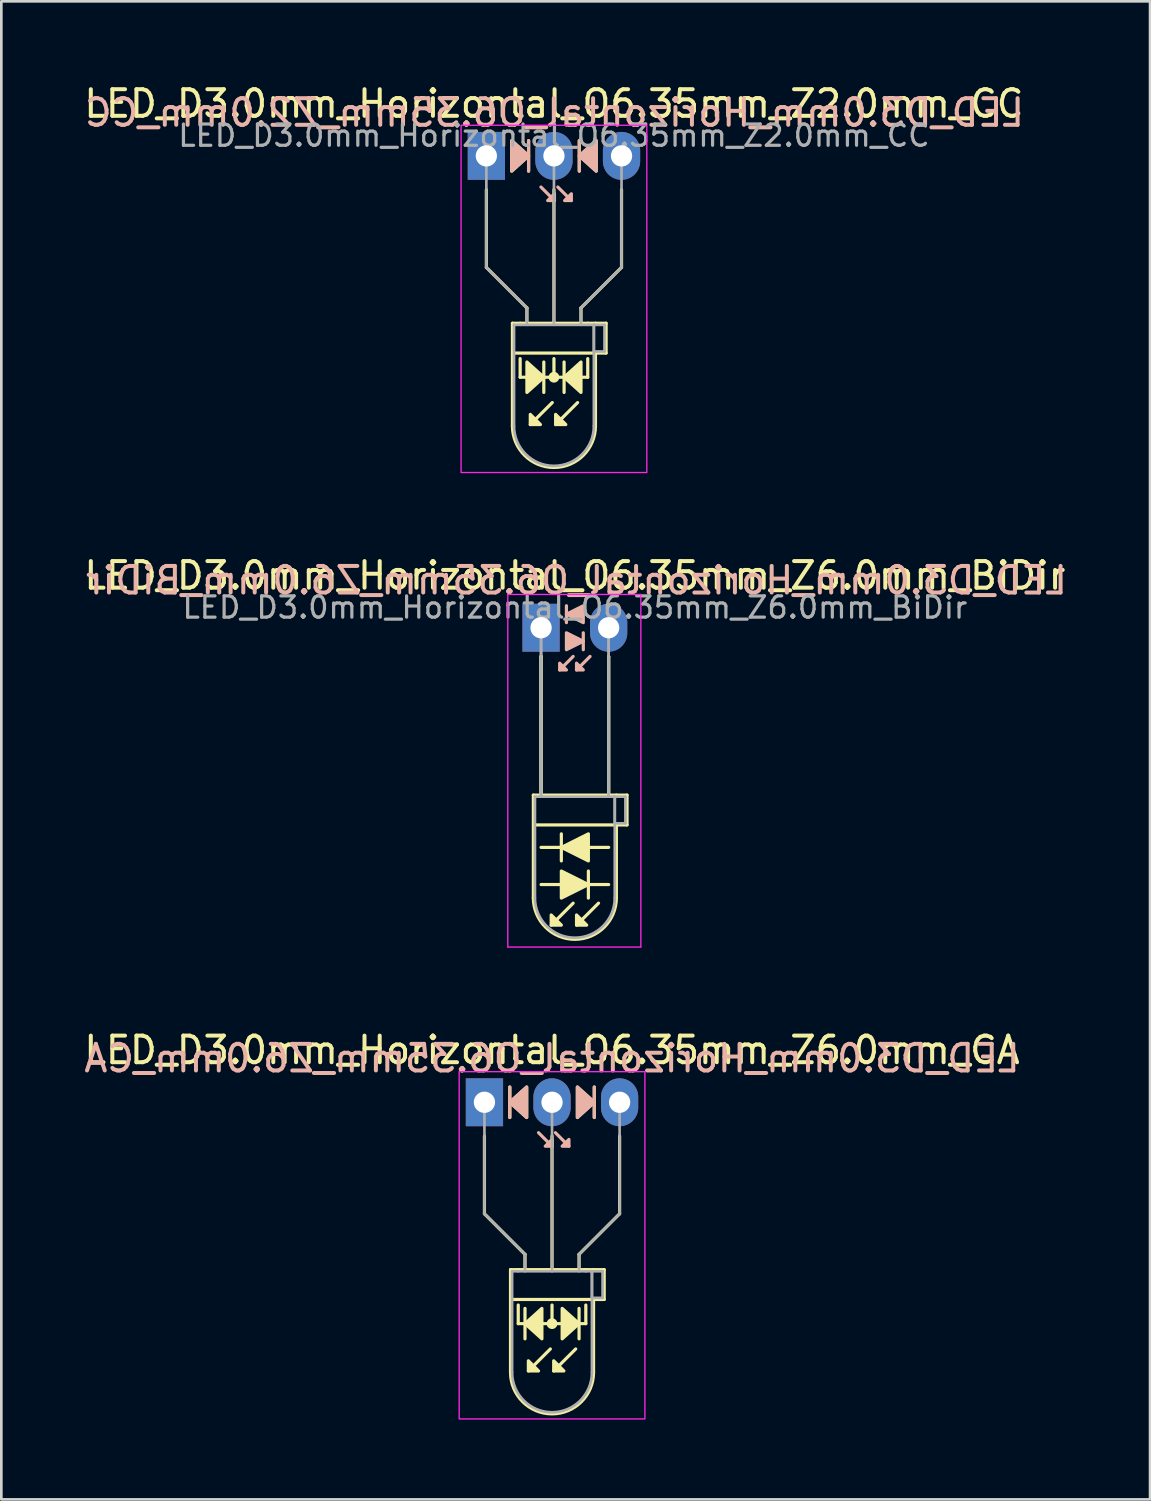
<source format=kicad_pcb>
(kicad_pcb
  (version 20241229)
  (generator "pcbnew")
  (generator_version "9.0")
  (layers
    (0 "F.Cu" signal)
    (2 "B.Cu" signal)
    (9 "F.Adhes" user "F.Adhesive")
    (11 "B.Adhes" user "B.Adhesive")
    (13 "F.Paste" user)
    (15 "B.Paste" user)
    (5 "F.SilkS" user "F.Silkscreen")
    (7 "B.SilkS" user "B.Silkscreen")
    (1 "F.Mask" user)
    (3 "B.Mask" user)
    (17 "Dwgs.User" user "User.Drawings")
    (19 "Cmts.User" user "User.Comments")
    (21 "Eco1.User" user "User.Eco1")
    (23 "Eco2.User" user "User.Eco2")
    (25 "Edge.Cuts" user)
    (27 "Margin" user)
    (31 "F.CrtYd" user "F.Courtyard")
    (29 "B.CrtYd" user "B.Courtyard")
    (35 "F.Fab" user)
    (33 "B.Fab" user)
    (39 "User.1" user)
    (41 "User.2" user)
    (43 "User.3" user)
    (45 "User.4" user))
  (footprint "LED_D3.0mm_Horizontal_O6.35mm_Z6.0mm_CA"
    (layer "F.Cu")
    (at 15.156 38.375)
    (property "Reference" "LED_D3.0mm_Horizontal_O6.35mm_Z6.0mm_CA" (at 2.54 -1.96 0) (layer "F.SilkS") (effects (font (size 1 1) (thickness 0.15))))
    (fp_line (start 0 1.27) (end 0 4.191) (stroke (width 0.12) (type default)) (layer "F.SilkS"))
    (fp_line (start 0 4.191) (end 1.524 5.715) (stroke (width 0.12) (type default)) (layer "F.SilkS"))
    (fp_line (start 0.953 -0.572) (end 0.953 0.572) (stroke (width 0.12) (type solid)) (layer "F.SilkS"))
    (fp_line (start 0.98 6.29) (end 0.98 10.15) (stroke (width 0.12) (type solid)) (layer "F.SilkS"))
    (fp_line (start 0.98 6.29) (end 4.1 6.29) (stroke (width 0.12) (type solid)) (layer "F.SilkS"))
    (fp_line (start 1.27 6.29) (end 1.27 6.29) (stroke (width 0.12) (type solid)) (layer "F.SilkS"))
    (fp_line (start 1.27 8.319) (end 1.27 7.62) (stroke (width 0.12) (type default)) (layer "F.SilkS"))
    (fp_line (start 1.524 5.715) (end 1.524 6.223) (stroke (width 0.12) (type default)) (layer "F.SilkS"))
    (fp_line (start 1.524 7.747) (end 1.524 8.89) (stroke (width 0.12) (type solid)) (layer "F.SilkS"))
    (fp_line (start 2.477 9.271) (end 1.651 10.097) (stroke (width 0.12) (type solid)) (layer "F.SilkS"))
    (fp_line (start 2.54 6.29) (end 2.54 1.27) (stroke (width 0.12) (type default)) (layer "F.SilkS"))
    (fp_line (start 2.54 8.319) (end 2.54 7.62) (stroke (width 0.12) (type default)) (layer "F.SilkS"))
    (fp_line (start 3.429 9.271) (end 2.603 10.097) (stroke (width 0.12) (type solid)) (layer "F.SilkS"))
    (fp_line (start 3.556 5.715) (end 3.556 6.223) (stroke (width 0.12) (type default)) (layer "F.SilkS"))
    (fp_line (start 3.556 8.89) (end 3.556 7.747) (stroke (width 0.12) (type solid)) (layer "F.SilkS"))
    (fp_line (start 3.81 6.29) (end 3.81 6.29) (stroke (width 0.12) (type solid)) (layer "F.SilkS"))
    (fp_line (start 3.81 8.319) (end 1.27 8.319) (stroke (width 0.12) (type default)) (layer "F.SilkS"))
    (fp_line (start 3.81 8.319) (end 3.81 7.62) (stroke (width 0.12) (type default)) (layer "F.SilkS"))
    (fp_line (start 4.1 6.29) (end 4.5 6.29) (stroke (width 0.12) (type solid)) (layer "F.SilkS"))
    (fp_line (start 4.1 7.41) (end 4.1 10.15) (stroke (width 0.12) (type solid)) (layer "F.SilkS"))
    (fp_line (start 4.128 0.572) (end 4.128 -0.572) (stroke (width 0.12) (type solid)) (layer "F.SilkS"))
    (fp_line (start 4.5 6.29) (end 4.5 7.41) (stroke (width 0.12) (type solid)) (layer "F.SilkS"))
    (fp_line (start 4.5 7.41) (end 1.016 7.41) (stroke (width 0.12) (type solid)) (layer "F.SilkS"))
    (fp_line (start 5.08 1.27) (end 5.08 4.191) (stroke (width 0.12) (type default)) (layer "F.SilkS"))
    (fp_line (start 5.08 4.191) (end 3.556 5.715) (stroke (width 0.12) (type default)) (layer "F.SilkS"))
    (fp_arc (start 4.1 10.15) (mid 2.54 11.71) (end 0.98 10.15) (stroke (width 0.12) (type solid)) (layer "F.SilkS"))
    (fp_circle (center 2.54 8.319) (end 2.682 8.319) (stroke (width 0.12) (type solid)) (fill yes) (layer "F.SilkS"))
    (fp_poly (pts (xy 1.587 0.572) (xy 0.953 0) (xy 1.587 -0.572)) (stroke (width 0.12) (type solid)) (fill yes) (layer "F.SilkS"))
    (fp_poly (pts (xy 1.651 9.716) (xy 2.032 10.097) (xy 1.651 10.097)) (stroke (width 0.12) (type solid)) (fill yes) (layer "F.SilkS"))
    (fp_poly (pts (xy 2.159 8.89) (xy 1.524 8.319) (xy 2.159 7.747)) (stroke (width 0.12) (type solid)) (fill yes) (layer "F.SilkS"))
    (fp_poly (pts (xy 2.603 9.716) (xy 2.985 10.097) (xy 2.603 10.097)) (stroke (width 0.12) (type solid)) (fill yes) (layer "F.SilkS"))
    (fp_poly (pts (xy 2.921 7.747) (xy 3.556 8.319) (xy 2.921 8.89)) (stroke (width 0.12) (type solid)) (fill yes) (layer "F.SilkS"))
    (fp_poly (pts (xy 3.493 -0.572) (xy 4.128 0) (xy 3.493 0.572)) (stroke (width 0.12) (type solid)) (fill yes) (layer "F.SilkS"))
    (fp_line (start 0.953 -0.572) (end 0.953 0.572) (stroke (width 0.12) (type solid)) (layer "B.SilkS"))
    (fp_line (start 2.54 1.651) (end 2.032 1.143) (stroke (width 0.12) (type solid)) (layer "B.SilkS"))
    (fp_line (start 3.175 1.651) (end 2.667 1.143) (stroke (width 0.12) (type solid)) (layer "B.SilkS"))
    (fp_line (start 4.128 0.572) (end 4.128 -0.572) (stroke (width 0.12) (type solid)) (layer "B.SilkS"))
    (fp_poly (pts (xy 1.587 0.572) (xy 0.953 0) (xy 1.587 -0.572)) (stroke (width 0.12) (type solid)) (fill yes) (layer "B.SilkS"))
    (fp_poly (pts (xy 2.54 1.397) (xy 2.286 1.651) (xy 2.54 1.651)) (stroke (width 0.12) (type solid)) (fill yes) (layer "B.SilkS"))
    (fp_poly (pts (xy 3.175 1.397) (xy 2.921 1.651) (xy 3.175 1.651)) (stroke (width 0.12) (type solid)) (fill yes) (layer "B.SilkS"))
    (fp_poly (pts (xy 3.493 0.572) (xy 4.128 0) (xy 3.493 -0.572)) (stroke (width 0.12) (type solid)) (fill yes) (layer "B.SilkS"))
    (fp_rect (start -0.95 -1.15) (end 6.03 11.9) (stroke (width 0.05) (type default)) (fill no) (layer "F.CrtYd"))
    (fp_line (start 0 0) (end 0 0) (stroke (width 0.1) (type solid)) (layer "F.Fab"))
    (fp_line (start 0 4.191) (end 0 0) (stroke (width 0.1) (type default)) (layer "F.Fab"))
    (fp_line (start 1.04 6.35) (end 1.04 10.15) (stroke (width 0.1) (type solid)) (layer "F.Fab"))
    (fp_line (start 1.04 6.35) (end 4.04 6.35) (stroke (width 0.1) (type solid)) (layer "F.Fab"))
    (fp_line (start 1.27 6.35) (end 1.27 6.35) (stroke (width 0.1) (type solid)) (layer "F.Fab"))
    (fp_line (start 1.524 5.715) (end 0 4.191) (stroke (width 0.1) (type default)) (layer "F.Fab"))
    (fp_line (start 1.524 6.35) (end 1.524 5.715) (stroke (width 0.1) (type default)) (layer "F.Fab"))
    (fp_line (start 2.54 0) (end 2.54 0) (stroke (width 0.1) (type solid)) (layer "F.Fab"))
    (fp_line (start 2.54 0) (end 2.54 6.35) (stroke (width 0.1) (type default)) (layer "F.Fab"))
    (fp_line (start 3.556 5.715) (end 5.08 4.191) (stroke (width 0.1) (type default)) (layer "F.Fab"))
    (fp_line (start 3.556 6.35) (end 3.556 5.715) (stroke (width 0.1) (type default)) (layer "F.Fab"))
    (fp_line (start 3.81 6.35) (end 3.81 6.35) (stroke (width 0.1) (type solid)) (layer "F.Fab"))
    (fp_line (start 4.04 6.35) (end 4.04 10.15) (stroke (width 0.1) (type solid)) (layer "F.Fab"))
    (fp_line (start 4.04 6.35) (end 4.44 6.35) (stroke (width 0.1) (type solid)) (layer "F.Fab"))
    (fp_line (start 4.04 7.35) (end 4.04 6.35) (stroke (width 0.1) (type solid)) (layer "F.Fab"))
    (fp_line (start 4.44 6.35) (end 4.44 7.35) (stroke (width 0.1) (type solid)) (layer "F.Fab"))
    (fp_line (start 4.44 7.35) (end 4.04 7.35) (stroke (width 0.1) (type solid)) (layer "F.Fab"))
    (fp_line (start 5.08 4.191) (end 5.08 0) (stroke (width 0.1) (type default)) (layer "F.Fab"))
    (fp_arc (start 4.04 10.15) (mid 2.54 11.65) (end 1.04 10.15) (stroke (width 0.1) (type solid)) (layer "F.Fab"))
    (fp_text user "${REFERENCE}" (at 2.54 -1.651 0) (layer "B.SilkS") (effects (font (size 1 1) (thickness 0.15)) (justify mirror)))
    (pad "1" thru_hole rect (at 0 0) (size 1.4 1.8) (drill 0.8) (layers "*.Cu" "*.Mask"))
    (pad "2" thru_hole oval (at 2.54 0) (size 1.4 1.8) (drill 0.8) (layers "*.Cu" "*.Mask"))
    (pad "3" thru_hole oval (at 5.08 0) (size 1.4 1.8) (drill 0.8) (layers "*.Cu" "*.Mask")))
  (footprint "LED_D3.0mm_Horizontal_O6.35mm_Z2.0mm_CC"
    (layer "F.Cu")
    (at 15.228 2.808)
    (property "Reference" "LED_D3.0mm_Horizontal_O6.35mm_Z2.0mm_CC" (at 2.54 -1.96 0) (layer "F.SilkS") (effects (font (size 1 1) (thickness 0.15))))
    (fp_line (start 0 1.27) (end 0 4.191) (stroke (width 0.12) (type default)) (layer "F.SilkS"))
    (fp_line (start 0 4.191) (end 1.524 5.715) (stroke (width 0.12) (type default)) (layer "F.SilkS"))
    (fp_line (start 0.98 6.29) (end 0.98 10.15) (stroke (width 0.12) (type solid)) (layer "F.SilkS"))
    (fp_line (start 0.98 6.29) (end 4.1 6.29) (stroke (width 0.12) (type solid)) (layer "F.SilkS"))
    (fp_line (start 1.27 6.29) (end 1.27 6.29) (stroke (width 0.12) (type solid)) (layer "F.SilkS"))
    (fp_line (start 1.27 8.319) (end 1.27 7.62) (stroke (width 0.12) (type default)) (layer "F.SilkS"))
    (fp_line (start 1.524 5.715) (end 1.524 6.223) (stroke (width 0.12) (type default)) (layer "F.SilkS"))
    (fp_line (start 1.587 0.572) (end 1.587 -0.572) (stroke (width 0.12) (type solid)) (layer "F.SilkS"))
    (fp_line (start 2.159 8.89) (end 2.159 7.747) (stroke (width 0.12) (type solid)) (layer "F.SilkS"))
    (fp_line (start 2.477 9.271) (end 1.651 10.097) (stroke (width 0.12) (type solid)) (layer "F.SilkS"))
    (fp_line (start 2.54 6.29) (end 2.54 1.27) (stroke (width 0.12) (type default)) (layer "F.SilkS"))
    (fp_line (start 2.54 8.319) (end 2.54 7.62) (stroke (width 0.12) (type default)) (layer "F.SilkS"))
    (fp_line (start 2.921 7.747) (end 2.921 8.89) (stroke (width 0.12) (type solid)) (layer "F.SilkS"))
    (fp_line (start 3.429 9.271) (end 2.603 10.097) (stroke (width 0.12) (type solid)) (layer "F.SilkS"))
    (fp_line (start 3.493 -0.572) (end 3.493 0.572) (stroke (width 0.12) (type solid)) (layer "F.SilkS"))
    (fp_line (start 3.556 5.715) (end 3.556 6.223) (stroke (width 0.12) (type default)) (layer "F.SilkS"))
    (fp_line (start 3.81 6.29) (end 3.81 6.29) (stroke (width 0.12) (type solid)) (layer "F.SilkS"))
    (fp_line (start 3.81 8.319) (end 1.27 8.319) (stroke (width 0.12) (type default)) (layer "F.SilkS"))
    (fp_line (start 3.81 8.319) (end 3.81 7.62) (stroke (width 0.12) (type default)) (layer "F.SilkS"))
    (fp_line (start 4.1 6.29) (end 4.5 6.29) (stroke (width 0.12) (type solid)) (layer "F.SilkS"))
    (fp_line (start 4.1 7.41) (end 4.1 10.15) (stroke (width 0.12) (type solid)) (layer "F.SilkS"))
    (fp_line (start 4.5 6.29) (end 4.5 7.41) (stroke (width 0.12) (type solid)) (layer "F.SilkS"))
    (fp_line (start 4.5 7.41) (end 1.016 7.41) (stroke (width 0.12) (type solid)) (layer "F.SilkS"))
    (fp_line (start 5.08 1.27) (end 5.08 4.191) (stroke (width 0.12) (type default)) (layer "F.SilkS"))
    (fp_line (start 5.08 4.191) (end 3.556 5.715) (stroke (width 0.12) (type default)) (layer "F.SilkS"))
    (fp_arc (start 4.1 10.15) (mid 2.54 11.71) (end 0.98 10.15) (stroke (width 0.12) (type solid)) (layer "F.SilkS"))
    (fp_circle (center 2.54 8.319) (end 2.682 8.319) (stroke (width 0.12) (type solid)) (fill yes) (layer "F.SilkS"))
    (fp_poly (pts (xy 0.953 -0.572) (xy 1.587 0) (xy 0.953 0.572)) (stroke (width 0.12) (type solid)) (fill yes) (layer "F.SilkS"))
    (fp_poly (pts (xy 1.524 7.747) (xy 2.159 8.319) (xy 1.524 8.89)) (stroke (width 0.12) (type solid)) (fill yes) (layer "F.SilkS"))
    (fp_poly (pts (xy 1.651 9.716) (xy 2.032 10.097) (xy 1.651 10.097)) (stroke (width 0.12) (type solid)) (fill yes) (layer "F.SilkS"))
    (fp_poly (pts (xy 2.603 9.716) (xy 2.985 10.097) (xy 2.603 10.097)) (stroke (width 0.12) (type solid)) (fill yes) (layer "F.SilkS"))
    (fp_poly (pts (xy 3.556 8.89) (xy 2.921 8.319) (xy 3.556 7.747)) (stroke (width 0.12) (type solid)) (fill yes) (layer "F.SilkS"))
    (fp_poly (pts (xy 4.128 0.572) (xy 3.493 0) (xy 4.128 -0.572)) (stroke (width 0.12) (type solid)) (fill yes) (layer "F.SilkS"))
    (fp_line (start 1.587 0.572) (end 1.587 -0.572) (stroke (width 0.12) (type solid)) (layer "B.SilkS"))
    (fp_line (start 2.559 1.679) (end 2.051 1.171) (stroke (width 0.12) (type solid)) (layer "B.SilkS"))
    (fp_line (start 3.194 1.679) (end 2.686 1.171) (stroke (width 0.12) (type solid)) (layer "B.SilkS"))
    (fp_line (start 3.493 -0.572) (end 3.493 0.572) (stroke (width 0.12) (type solid)) (layer "B.SilkS"))
    (fp_poly (pts (xy 0.953 0.572) (xy 1.587 0) (xy 0.953 -0.572)) (stroke (width 0.12) (type solid)) (fill yes) (layer "B.SilkS"))
    (fp_poly (pts (xy 2.559 1.425) (xy 2.305 1.679) (xy 2.559 1.679)) (stroke (width 0.12) (type solid)) (fill yes) (layer "B.SilkS"))
    (fp_poly (pts (xy 3.194 1.425) (xy 2.94 1.679) (xy 3.194 1.679)) (stroke (width 0.12) (type solid)) (fill yes) (layer "B.SilkS"))
    (fp_poly (pts (xy 4.128 0.572) (xy 3.493 0) (xy 4.128 -0.572)) (stroke (width 0.12) (type solid)) (fill yes) (layer "B.SilkS"))
    (fp_rect (start -0.95 -1.15) (end 6.03 11.9) (stroke (width 0.05) (type default)) (fill no) (layer "F.CrtYd"))
    (fp_line (start 0 0) (end 0 0) (stroke (width 0.1) (type solid)) (layer "F.Fab"))
    (fp_line (start 0 4.191) (end 0 0) (stroke (width 0.1) (type default)) (layer "F.Fab"))
    (fp_line (start 1.04 6.35) (end 1.04 10.15) (stroke (width 0.1) (type solid)) (layer "F.Fab"))
    (fp_line (start 1.04 6.35) (end 4.04 6.35) (stroke (width 0.1) (type solid)) (layer "F.Fab"))
    (fp_line (start 1.27 6.35) (end 1.27 6.35) (stroke (width 0.1) (type solid)) (layer "F.Fab"))
    (fp_line (start 1.524 5.715) (end 0 4.191) (stroke (width 0.1) (type default)) (layer "F.Fab"))
    (fp_line (start 1.524 6.35) (end 1.524 5.715) (stroke (width 0.1) (type default)) (layer "F.Fab"))
    (fp_line (start 2.54 0) (end 2.54 0) (stroke (width 0.1) (type solid)) (layer "F.Fab"))
    (fp_line (start 2.54 0) (end 2.54 6.35) (stroke (width 0.1) (type default)) (layer "F.Fab"))
    (fp_line (start 3.556 5.715) (end 5.08 4.191) (stroke (width 0.1) (type default)) (layer "F.Fab"))
    (fp_line (start 3.556 6.35) (end 3.556 5.715) (stroke (width 0.1) (type default)) (layer "F.Fab"))
    (fp_line (start 3.81 6.35) (end 3.81 6.35) (stroke (width 0.1) (type solid)) (layer "F.Fab"))
    (fp_line (start 4.04 6.35) (end 4.04 10.15) (stroke (width 0.1) (type solid)) (layer "F.Fab"))
    (fp_line (start 4.04 6.35) (end 4.44 6.35) (stroke (width 0.1) (type solid)) (layer "F.Fab"))
    (fp_line (start 4.04 7.35) (end 4.04 6.35) (stroke (width 0.1) (type solid)) (layer "F.Fab"))
    (fp_line (start 4.44 6.35) (end 4.44 7.35) (stroke (width 0.1) (type solid)) (layer "F.Fab"))
    (fp_line (start 4.44 7.35) (end 4.04 7.35) (stroke (width 0.1) (type solid)) (layer "F.Fab"))
    (fp_line (start 5.08 4.191) (end 5.08 0) (stroke (width 0.1) (type default)) (layer "F.Fab"))
    (fp_arc (start 4.04 10.15) (mid 2.54 11.65) (end 1.04 10.15) (stroke (width 0.1) (type solid)) (layer "F.Fab"))
    (fp_text user "${REFERENCE}" (at 2.559 -1.623 0) (layer "B.SilkS") (effects (font (size 1 1) (thickness 0.15)) (justify mirror)))
    (fp_text user "${REFERENCE}" (at 2.54 -0.762 0) (layer "F.Fab") (effects (font (size 0.8 0.8) (thickness 0.12))))
    (pad "1" thru_hole rect (at 0 0) (size 1.4 1.8) (drill 0.8) (layers "*.Cu" "*.Mask"))
    (pad "2" thru_hole oval (at 2.54 0) (size 1.4 1.8) (drill 0.8) (layers "*.Cu" "*.Mask"))
    (pad "3" thru_hole oval (at 5.08 0) (size 1.4 1.8) (drill 0.8) (layers "*.Cu" "*.Mask")))
  (footprint "LED_D3.0mm_Horizontal_O6.35mm_Z6.0mm_BiDir"
    (layer "F.Cu")
    (at 17.284 20.541)
    (property "Reference" "LED_D3.0mm_Horizontal_O6.35mm_Z6.0mm_BiDir" (at 1.27 -1.96 0) (layer "F.SilkS") (effects (font (size 1 1) (thickness 0.15))))
    (fp_line (start -0.29 6.29) (end -0.29 10.15) (stroke (width 0.12) (type solid)) (layer "F.SilkS"))
    (fp_line (start -0.29 6.29) (end 2.83 6.29) (stroke (width 0.12) (type solid)) (layer "F.SilkS"))
    (fp_line (start 0 1.08) (end 0 1.08) (stroke (width 0.12) (type solid)) (layer "F.SilkS"))
    (fp_line (start 0 1.08) (end 0 6.29) (stroke (width 0.12) (type solid)) (layer "F.SilkS"))
    (fp_line (start 0 6.29) (end 0 1.08) (stroke (width 0.12) (type solid)) (layer "F.SilkS"))
    (fp_line (start 0 6.29) (end 0 6.29) (stroke (width 0.12) (type solid)) (layer "F.SilkS"))
    (fp_line (start 0 9.652) (end 2.54 9.652) (stroke (width 0.12) (type solid)) (layer "F.SilkS"))
    (fp_line (start 0.762 7.747) (end 0.762 8.763) (stroke (width 0.12) (type solid)) (layer "F.SilkS"))
    (fp_line (start 1.206 10.351) (end 0.381 11.176) (stroke (width 0.12) (type solid)) (layer "F.SilkS"))
    (fp_line (start 1.778 10.16) (end 1.778 9.144) (stroke (width 0.12) (type solid)) (layer "F.SilkS"))
    (fp_line (start 2.159 10.351) (end 1.333 11.176) (stroke (width 0.12) (type solid)) (layer "F.SilkS"))
    (fp_line (start 2.54 1.08) (end 2.54 1.08) (stroke (width 0.12) (type solid)) (layer "F.SilkS"))
    (fp_line (start 2.54 1.08) (end 2.54 6.29) (stroke (width 0.12) (type solid)) (layer "F.SilkS"))
    (fp_line (start 2.54 6.29) (end 2.54 1.08) (stroke (width 0.12) (type solid)) (layer "F.SilkS"))
    (fp_line (start 2.54 6.29) (end 2.54 6.29) (stroke (width 0.12) (type solid)) (layer "F.SilkS"))
    (fp_line (start 2.54 8.255) (end 0 8.255) (stroke (width 0.12) (type solid)) (layer "F.SilkS"))
    (fp_line (start 2.83 6.29) (end 3.23 6.29) (stroke (width 0.12) (type solid)) (layer "F.SilkS"))
    (fp_line (start 2.83 7.41) (end 2.83 10.15) (stroke (width 0.12) (type solid)) (layer "F.SilkS"))
    (fp_line (start 3.23 6.29) (end 3.23 7.41) (stroke (width 0.12) (type solid)) (layer "F.SilkS"))
    (fp_line (start 3.23 7.41) (end -0.254 7.41) (stroke (width 0.12) (type solid)) (layer "F.SilkS"))
    (fp_arc (start 2.83 10.15) (mid 1.27 11.71) (end -0.29 10.15) (stroke (width 0.12) (type solid)) (layer "F.SilkS"))
    (fp_poly (pts (xy 0.381 10.795) (xy 0.762 11.176) (xy 0.381 11.176)) (stroke (width 0.12) (type solid)) (fill yes) (layer "F.SilkS"))
    (fp_poly (pts (xy 0.762 9.144) (xy 1.778 9.652) (xy 0.762 10.16)) (stroke (width 0.12) (type solid)) (fill yes) (layer "F.SilkS"))
    (fp_poly (pts (xy 1.333 10.795) (xy 1.714 11.176) (xy 1.333 11.176)) (stroke (width 0.12) (type solid)) (fill yes) (layer "F.SilkS"))
    (fp_poly (pts (xy 1.778 8.763) (xy 0.762 8.255) (xy 1.778 7.747)) (stroke (width 0.12) (type solid)) (fill yes) (layer "F.SilkS"))
    (fp_line (start 0.953 -0.826) (end 0.953 -0.191) (stroke (width 0.12) (type solid)) (layer "B.SilkS"))
    (fp_line (start 1.206 1.079) (end 0.699 1.587) (stroke (width 0.12) (type solid)) (layer "B.SilkS"))
    (fp_line (start 1.587 0.826) (end 1.587 0.191) (stroke (width 0.12) (type solid)) (layer "B.SilkS"))
    (fp_line (start 1.841 1.079) (end 1.333 1.587) (stroke (width 0.12) (type solid)) (layer "B.SilkS"))
    (fp_poly (pts (xy 0.699 1.333) (xy 0.953 1.587) (xy 0.699 1.587)) (stroke (width 0.12) (type solid)) (fill yes) (layer "B.SilkS"))
    (fp_poly (pts (xy 0.953 0.191) (xy 1.587 0.508) (xy 0.953 0.826)) (stroke (width 0.12) (type solid)) (fill yes) (layer "B.SilkS"))
    (fp_poly (pts (xy 1.333 1.333) (xy 1.587 1.587) (xy 1.333 1.587)) (stroke (width 0.12) (type solid)) (fill yes) (layer "B.SilkS"))
    (fp_poly (pts (xy 1.587 -0.191) (xy 0.953 -0.508) (xy 1.587 -0.826)) (stroke (width 0.12) (type solid)) (fill yes) (layer "B.SilkS"))
    (fp_line (start -1.25 -1.25) (end -1.25 12) (stroke (width 0.05) (type solid)) (layer "F.CrtYd"))
    (fp_line (start -1.25 12) (end 3.75 12) (stroke (width 0.05) (type solid)) (layer "F.CrtYd"))
    (fp_line (start 3.75 -1.25) (end -1.25 -1.25) (stroke (width 0.05) (type solid)) (layer "F.CrtYd"))
    (fp_line (start 3.75 12) (end 3.75 -1.25) (stroke (width 0.05) (type solid)) (layer "F.CrtYd"))
    (fp_line (start -0.23 6.35) (end -0.23 10.15) (stroke (width 0.1) (type solid)) (layer "F.Fab"))
    (fp_line (start -0.23 6.35) (end 2.77 6.35) (stroke (width 0.1) (type solid)) (layer "F.Fab"))
    (fp_line (start 0 0) (end 0 0) (stroke (width 0.1) (type solid)) (layer "F.Fab"))
    (fp_line (start 0 0) (end 0 6.35) (stroke (width 0.1) (type solid)) (layer "F.Fab"))
    (fp_line (start 0 6.35) (end 0 0) (stroke (width 0.1) (type solid)) (layer "F.Fab"))
    (fp_line (start 0 6.35) (end 0 6.35) (stroke (width 0.1) (type solid)) (layer "F.Fab"))
    (fp_line (start 2.54 0) (end 2.54 0) (stroke (width 0.1) (type solid)) (layer "F.Fab"))
    (fp_line (start 2.54 0) (end 2.54 6.35) (stroke (width 0.1) (type solid)) (layer "F.Fab"))
    (fp_line (start 2.54 6.35) (end 2.54 0) (stroke (width 0.1) (type solid)) (layer "F.Fab"))
    (fp_line (start 2.54 6.35) (end 2.54 6.35) (stroke (width 0.1) (type solid)) (layer "F.Fab"))
    (fp_line (start 2.77 6.35) (end 2.77 10.15) (stroke (width 0.1) (type solid)) (layer "F.Fab"))
    (fp_line (start 2.77 6.35) (end 3.17 6.35) (stroke (width 0.1) (type solid)) (layer "F.Fab"))
    (fp_line (start 2.77 7.35) (end 2.77 6.35) (stroke (width 0.1) (type solid)) (layer "F.Fab"))
    (fp_line (start 3.17 6.35) (end 3.17 7.35) (stroke (width 0.1) (type solid)) (layer "F.Fab"))
    (fp_line (start 3.17 7.35) (end 2.77 7.35) (stroke (width 0.1) (type solid)) (layer "F.Fab"))
    (fp_arc (start 2.77 10.15) (mid 1.27 11.65) (end -0.23 10.15) (stroke (width 0.1) (type solid)) (layer "F.Fab"))
    (fp_text user "${REFERENCE}" (at 1.333 -1.778 0) (layer "B.SilkS") (effects (font (size 1 1) (thickness 0.15)) (justify mirror)))
    (fp_text user "${REFERENCE}" (at 1.27 -0.762 0) (layer "F.Fab") (effects (font (size 0.8 0.8) (thickness 0.12))))
    (pad "1" thru_hole rect (at 0 0) (size 1.4 1.8) (drill 0.8) (layers "*.Cu" "*.Mask"))
    (pad "2" thru_hole oval (at 2.54 0) (size 1.4 1.8) (drill 0.8) (layers "*.Cu" "*.Mask")))
  (gr_rect
    (start -3 -3)
    (end 40.171 53.3)
    (stroke (width 0.1) (type default))
    (fill no)
    (layer "Edge.Cuts")))
</source>
